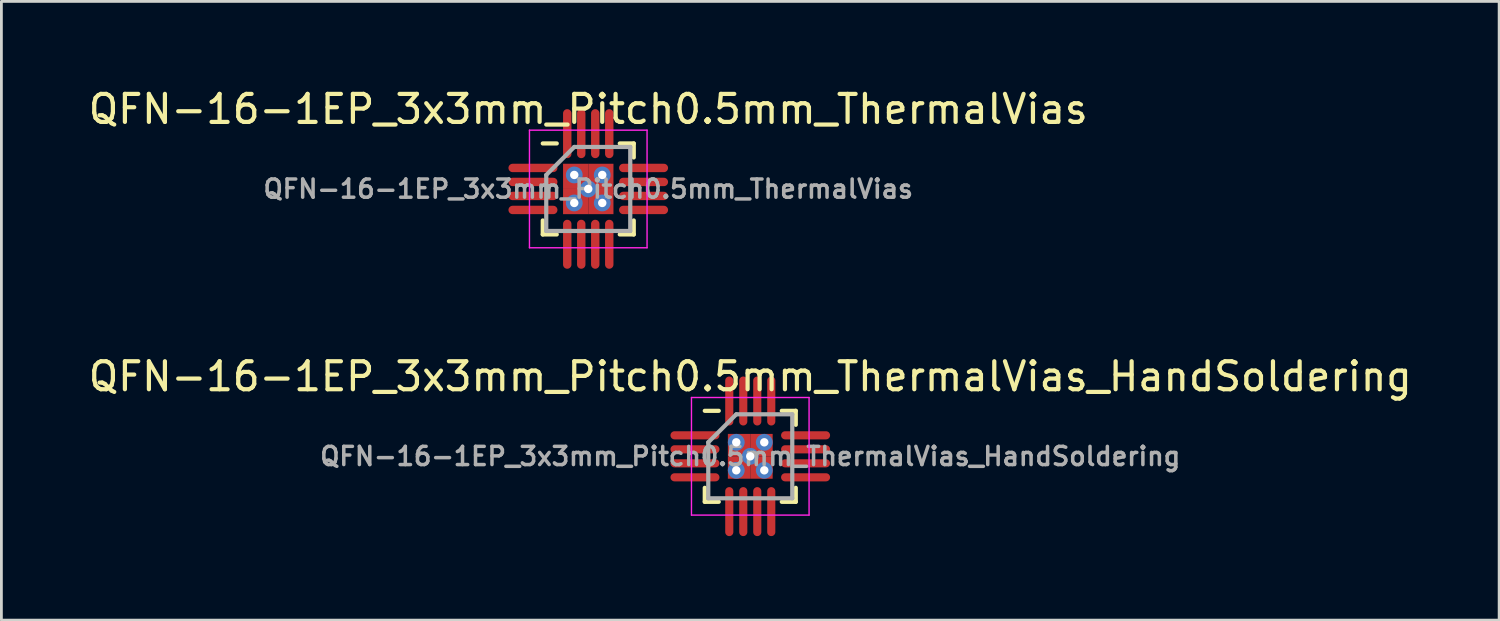
<source format=kicad_pcb>
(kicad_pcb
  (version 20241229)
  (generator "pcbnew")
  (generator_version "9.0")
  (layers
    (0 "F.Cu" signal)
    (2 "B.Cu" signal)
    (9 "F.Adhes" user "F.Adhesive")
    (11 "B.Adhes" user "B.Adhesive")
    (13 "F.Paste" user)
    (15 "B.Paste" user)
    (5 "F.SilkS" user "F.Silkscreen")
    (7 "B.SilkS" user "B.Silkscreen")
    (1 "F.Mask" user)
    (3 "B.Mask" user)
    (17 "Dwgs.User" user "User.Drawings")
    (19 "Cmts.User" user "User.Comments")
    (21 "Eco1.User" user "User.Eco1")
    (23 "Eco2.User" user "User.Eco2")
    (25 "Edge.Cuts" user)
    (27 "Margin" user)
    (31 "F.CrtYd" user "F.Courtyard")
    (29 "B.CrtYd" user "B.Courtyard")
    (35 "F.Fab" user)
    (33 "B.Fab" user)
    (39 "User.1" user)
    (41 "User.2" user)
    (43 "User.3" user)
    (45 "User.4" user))
  (footprint "QFN-16-1EP_3x3mm_Pitch0.5mm_ThermalVias_HandSoldering"
    (layer "F.Cu")
    (at 23.744 13.246)
    (property "Reference" "QFN-16-1EP_3x3mm_Pitch0.5mm_ThermalVias_HandSoldering" (at 0 -2.85 0) (layer "F.SilkS") (effects (font (size 1 1) (thickness 0.15))))
    (attr smd)
    (fp_line (start -1.625 -1.625) (end -1.125 -1.625) (stroke (width 0.15) (type solid)) (layer "F.SilkS"))
    (fp_line (start -1.625 1.625) (end -1.625 1.125) (stroke (width 0.15) (type solid)) (layer "F.SilkS"))
    (fp_line (start -1.625 1.625) (end -1.125 1.625) (stroke (width 0.15) (type solid)) (layer "F.SilkS"))
    (fp_line (start 1.625 -1.625) (end 1.125 -1.625) (stroke (width 0.15) (type solid)) (layer "F.SilkS"))
    (fp_line (start 1.625 -1.625) (end 1.625 -1.125) (stroke (width 0.15) (type solid)) (layer "F.SilkS"))
    (fp_line (start 1.625 1.625) (end 1.125 1.625) (stroke (width 0.15) (type solid)) (layer "F.SilkS"))
    (fp_line (start 1.625 1.625) (end 1.625 1.125) (stroke (width 0.15) (type solid)) (layer "F.SilkS"))
    (fp_line (start -2.1 -2.1) (end -2.1 2.1) (stroke (width 0.05) (type solid)) (layer "F.CrtYd"))
    (fp_line (start -2.1 -2.1) (end 2.1 -2.1) (stroke (width 0.05) (type solid)) (layer "F.CrtYd"))
    (fp_line (start -2.1 2.1) (end 2.1 2.1) (stroke (width 0.05) (type solid)) (layer "F.CrtYd"))
    (fp_line (start 2.1 -2.1) (end 2.1 2.1) (stroke (width 0.05) (type solid)) (layer "F.CrtYd"))
    (fp_line (start -1.5 -0.5) (end -0.5 -1.5) (stroke (width 0.15) (type solid)) (layer "F.Fab"))
    (fp_line (start -1.5 1.5) (end -1.5 -0.5) (stroke (width 0.15) (type solid)) (layer "F.Fab"))
    (fp_line (start -0.5 -1.5) (end 1.5 -1.5) (stroke (width 0.15) (type solid)) (layer "F.Fab"))
    (fp_line (start 1.5 -1.5) (end 1.5 1.5) (stroke (width 0.15) (type solid)) (layer "F.Fab"))
    (fp_line (start 1.5 1.5) (end -1.5 1.5) (stroke (width 0.15) (type solid)) (layer "F.Fab"))
    (fp_text user "${REFERENCE}" (at 0 0 0) (layer "F.Fab") (effects (font (size 0.65 0.65) (thickness 0.125))))
    (pad "1" smd oval (at -1.975 -0.75) (size 1.75 0.29) (layers "F.Cu" "F.Mask" "F.Paste"))
    (pad "2" smd oval (at -1.975 -0.25) (size 1.75 0.29) (layers "F.Cu" "F.Mask" "F.Paste"))
    (pad "3" smd oval (at -1.975 0.25) (size 1.75 0.29) (layers "F.Cu" "F.Mask" "F.Paste"))
    (pad "4" smd oval (at -1.975 0.75) (size 1.75 0.29) (layers "F.Cu" "F.Mask" "F.Paste"))
    (pad "5" smd oval (at -0.75 1.975 90) (size 1.75 0.29) (layers "F.Cu" "F.Mask" "F.Paste"))
    (pad "6" smd oval (at -0.25 1.975 90) (size 1.75 0.29) (layers "F.Cu" "F.Mask" "F.Paste"))
    (pad "7" smd oval (at 0.25 1.975 90) (size 1.75 0.29) (layers "F.Cu" "F.Mask" "F.Paste"))
    (pad "8" smd oval (at 0.75 1.975 90) (size 1.75 0.29) (layers "F.Cu" "F.Mask" "F.Paste"))
    (pad "9" smd oval (at 1.975 0.75) (size 1.75 0.29) (layers "F.Cu" "F.Mask" "F.Paste"))
    (pad "10" smd oval (at 1.975 0.25) (size 1.75 0.29) (layers "F.Cu" "F.Mask" "F.Paste"))
    (pad "11" smd oval (at 1.975 -0.25) (size 1.75 0.29) (layers "F.Cu" "F.Mask" "F.Paste"))
    (pad "12" smd oval (at 1.975 -0.75) (size 1.75 0.29) (layers "F.Cu" "F.Mask" "F.Paste"))
    (pad "13" smd oval (at 0.75 -1.975 90) (size 1.75 0.29) (layers "F.Cu" "F.Mask" "F.Paste"))
    (pad "14" smd oval (at 0.25 -1.975 90) (size 1.75 0.29) (layers "F.Cu" "F.Mask" "F.Paste"))
    (pad "15" smd oval (at -0.25 -1.975 90) (size 1.75 0.29) (layers "F.Cu" "F.Mask" "F.Paste"))
    (pad "16" smd oval (at -0.75 -1.975 90) (size 1.75 0.29) (layers "F.Cu" "F.Mask" "F.Paste"))
    (pad "17" thru_hole circle (at -0.5 -0.5) (size 0.6 0.6) (drill 0.3) (layers "*.Cu"))
    (pad "17" thru_hole circle (at -0.5 0.5) (size 0.6 0.6) (drill 0.3) (layers "*.Cu"))
    (pad "17" smd rect (at -0.4 -0.4) (size 0.8 0.8) (layers "F.Cu" "F.Mask" "F.Paste"))
    (pad "17" smd rect (at -0.4 0.4) (size 0.8 0.8) (layers "F.Cu" "F.Mask" "F.Paste"))
    (pad "17" thru_hole circle (at 0 0) (size 0.6 0.6) (drill 0.3) (layers "*.Cu"))
    (pad "17" smd rect (at 0.4 -0.4) (size 0.8 0.8) (layers "F.Cu" "F.Mask" "F.Paste"))
    (pad "17" smd rect (at 0.4 0.4) (size 0.8 0.8) (layers "F.Cu" "F.Mask" "F.Paste"))
    (pad "17" thru_hole circle (at 0.5 -0.5) (size 0.6 0.6) (drill 0.3) (layers "*.Cu"))
    (pad "17" thru_hole circle (at 0.5 0.5) (size 0.6 0.6) (drill 0.3) (layers "*.Cu")))
  (footprint "QFN-16-1EP_3x3mm_Pitch0.5mm_ThermalVias"
    (layer "F.Cu")
    (at 17.958 3.698)
    (property "Reference" "QFN-16-1EP_3x3mm_Pitch0.5mm_ThermalVias" (at 0 -2.85 0) (layer "F.SilkS") (effects (font (size 1 1) (thickness 0.15))))
    (attr smd)
    (fp_line (start -1.625 -1.625) (end -1.125 -1.625) (stroke (width 0.15) (type solid)) (layer "F.SilkS"))
    (fp_line (start -1.625 1.625) (end -1.625 1.125) (stroke (width 0.15) (type solid)) (layer "F.SilkS"))
    (fp_line (start -1.625 1.625) (end -1.125 1.625) (stroke (width 0.15) (type solid)) (layer "F.SilkS"))
    (fp_line (start 1.625 -1.625) (end 1.125 -1.625) (stroke (width 0.15) (type solid)) (layer "F.SilkS"))
    (fp_line (start 1.625 -1.625) (end 1.625 -1.125) (stroke (width 0.15) (type solid)) (layer "F.SilkS"))
    (fp_line (start 1.625 1.625) (end 1.125 1.625) (stroke (width 0.15) (type solid)) (layer "F.SilkS"))
    (fp_line (start 1.625 1.625) (end 1.625 1.125) (stroke (width 0.15) (type solid)) (layer "F.SilkS"))
    (fp_line (start -2.1 -2.1) (end -2.1 2.1) (stroke (width 0.05) (type solid)) (layer "F.CrtYd"))
    (fp_line (start -2.1 -2.1) (end 2.1 -2.1) (stroke (width 0.05) (type solid)) (layer "F.CrtYd"))
    (fp_line (start -2.1 2.1) (end 2.1 2.1) (stroke (width 0.05) (type solid)) (layer "F.CrtYd"))
    (fp_line (start 2.1 -2.1) (end 2.1 2.1) (stroke (width 0.05) (type solid)) (layer "F.CrtYd"))
    (fp_line (start -1.5 -0.5) (end -0.5 -1.5) (stroke (width 0.15) (type solid)) (layer "F.Fab"))
    (fp_line (start -1.5 1.5) (end -1.5 -0.5) (stroke (width 0.15) (type solid)) (layer "F.Fab"))
    (fp_line (start -0.5 -1.5) (end 1.5 -1.5) (stroke (width 0.15) (type solid)) (layer "F.Fab"))
    (fp_line (start 1.5 -1.5) (end 1.5 1.5) (stroke (width 0.15) (type solid)) (layer "F.Fab"))
    (fp_line (start 1.5 1.5) (end -1.5 1.5) (stroke (width 0.15) (type solid)) (layer "F.Fab"))
    (fp_text user "${REFERENCE}" (at 0 0 0) (layer "F.Fab") (effects (font (size 0.65 0.65) (thickness 0.125))))
    (pad "1" smd oval (at -1.975 -0.75) (size 1.75 0.3) (layers "F.Cu" "F.Mask" "F.Paste"))
    (pad "2" smd oval (at -1.975 -0.25) (size 1.75 0.3) (layers "F.Cu" "F.Mask" "F.Paste"))
    (pad "3" smd oval (at -1.975 0.25) (size 1.75 0.3) (layers "F.Cu" "F.Mask" "F.Paste"))
    (pad "4" smd oval (at -1.975 0.75) (size 1.75 0.3) (layers "F.Cu" "F.Mask" "F.Paste"))
    (pad "5" smd oval (at -0.75 1.975 90) (size 1.75 0.3) (layers "F.Cu" "F.Mask" "F.Paste"))
    (pad "6" smd oval (at -0.25 1.975 90) (size 1.75 0.3) (layers "F.Cu" "F.Mask" "F.Paste"))
    (pad "7" smd oval (at 0.25 1.975 90) (size 1.75 0.3) (layers "F.Cu" "F.Mask" "F.Paste"))
    (pad "8" smd oval (at 0.75 1.975 90) (size 1.75 0.3) (layers "F.Cu" "F.Mask" "F.Paste"))
    (pad "9" smd oval (at 1.975 0.75) (size 1.75 0.3) (layers "F.Cu" "F.Mask" "F.Paste"))
    (pad "10" smd oval (at 1.975 0.25) (size 1.75 0.3) (layers "F.Cu" "F.Mask" "F.Paste"))
    (pad "11" smd oval (at 1.975 -0.25) (size 1.75 0.3) (layers "F.Cu" "F.Mask" "F.Paste"))
    (pad "12" smd oval (at 1.975 -0.75) (size 1.75 0.3) (layers "F.Cu" "F.Mask" "F.Paste"))
    (pad "14" smd oval (at 0.25 -1.975 90) (size 1.75 0.3) (layers "F.Cu" "F.Mask" "F.Paste"))
    (pad "15" smd oval (at -0.25 -1.975 90) (size 1.75 0.3) (layers "F.Cu" "F.Mask" "F.Paste"))
    (pad "16" smd oval (at -0.75 -1.975 90) (size 1.75 0.3) (layers "F.Cu" "F.Mask" "F.Paste"))
    (pad "17" thru_hole circle (at -0.5 -0.5) (size 0.6 0.6) (drill 0.3) (layers "*.Cu"))
    (pad "17" thru_hole circle (at -0.5 0.5) (size 0.6 0.6) (drill 0.3) (layers "*.Cu"))
    (pad "17" smd rect (at -0.45 -0.45) (size 0.9 0.9) (layers "F.Cu" "F.Mask" "F.Paste"))
    (pad "17" smd rect (at -0.45 0.45) (size 0.9 0.9) (layers "F.Cu" "F.Mask" "F.Paste"))
    (pad "17" thru_hole circle (at 0 0) (size 0.6 0.6) (drill 0.3) (layers "*.Cu"))
    (pad "17" smd rect (at 0.45 -0.45) (size 0.9 0.9) (layers "F.Cu" "F.Mask" "F.Paste"))
    (pad "17" smd rect (at 0.45 0.45) (size 0.9 0.9) (layers "F.Cu" "F.Mask" "F.Paste"))
    (pad "17" thru_hole circle (at 0.5 -0.5) (size 0.6 0.6) (drill 0.3) (layers "*.Cu"))
    (pad "17" thru_hole circle (at 0.5 0.5) (size 0.6 0.6) (drill 0.3) (layers "*.Cu"))
    (pad "e13" smd oval (at 0.75 -1.975 90) (size 1.75 0.3) (layers "F.Cu" "F.Mask" "F.Paste")))
  (gr_rect
    (start -3 -3)
    (end 50.488 19.096)
    (stroke (width 0.1) (type default))
    (fill no)
    (layer "Edge.Cuts")))
</source>
